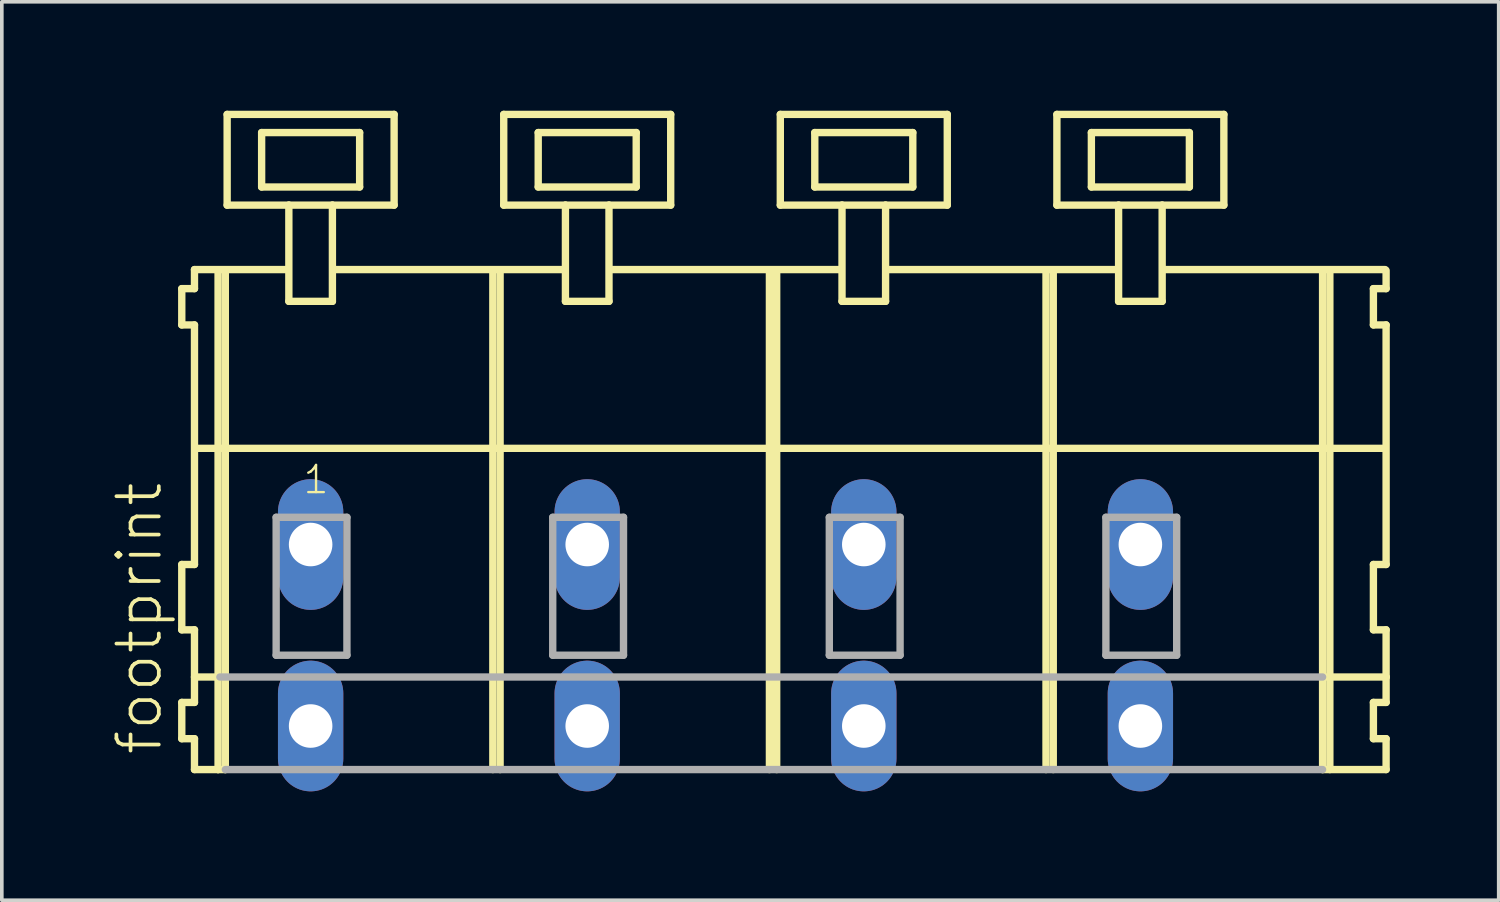
<source format=kicad_pcb>
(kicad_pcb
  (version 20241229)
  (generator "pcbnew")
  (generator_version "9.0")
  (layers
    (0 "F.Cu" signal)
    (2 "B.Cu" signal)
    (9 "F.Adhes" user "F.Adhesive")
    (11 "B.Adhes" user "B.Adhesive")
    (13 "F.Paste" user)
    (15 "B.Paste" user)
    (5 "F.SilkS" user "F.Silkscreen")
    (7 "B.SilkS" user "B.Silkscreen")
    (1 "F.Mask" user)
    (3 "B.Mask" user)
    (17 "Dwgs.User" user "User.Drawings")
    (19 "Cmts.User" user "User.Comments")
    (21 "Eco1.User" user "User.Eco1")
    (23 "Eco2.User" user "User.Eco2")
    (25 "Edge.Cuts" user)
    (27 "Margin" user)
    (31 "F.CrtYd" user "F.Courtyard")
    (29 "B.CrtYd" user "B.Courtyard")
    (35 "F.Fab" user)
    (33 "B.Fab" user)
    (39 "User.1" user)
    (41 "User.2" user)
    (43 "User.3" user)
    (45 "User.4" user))
  (footprint "footprint"
    (layer "F.Cu")
    (at 18.208 11.952)
    (property "Reference" "footprint" (at -16.735 5.855 90) (layer "F.SilkS") (effects (font (size 1.168 1.168) (thickness 0.102)) (justify left bottom)))
    (fp_line (start -16.25 -7.05) (end -16.25 -6.05) (stroke (width 0.203) (type solid)) (layer "F.SilkS"))
    (fp_line (start -16.25 -6.05) (end -15.9 -6.05) (stroke (width 0.203) (type solid)) (layer "F.SilkS"))
    (fp_line (start -16.25 0.55) (end -16.25 2.35) (stroke (width 0.203) (type solid)) (layer "F.SilkS"))
    (fp_line (start -16.25 2.35) (end -15.9 2.35) (stroke (width 0.203) (type solid)) (layer "F.SilkS"))
    (fp_line (start -16.25 4.35) (end -16.25 5.35) (stroke (width 0.203) (type solid)) (layer "F.SilkS"))
    (fp_line (start -16.25 5.35) (end -15.9 5.35) (stroke (width 0.203) (type solid)) (layer "F.SilkS"))
    (fp_line (start -15.9 -7.575) (end -15.9 -7.05) (stroke (width 0.203) (type solid)) (layer "F.SilkS"))
    (fp_line (start -15.9 -7.575) (end -13.325 -7.575) (stroke (width 0.203) (type solid)) (layer "F.SilkS"))
    (fp_line (start -15.9 -7.05) (end -16.25 -7.05) (stroke (width 0.203) (type solid)) (layer "F.SilkS"))
    (fp_line (start -15.9 -6.05) (end -15.9 0.55) (stroke (width 0.203) (type solid)) (layer "F.SilkS"))
    (fp_line (start -15.9 0.55) (end -16.25 0.55) (stroke (width 0.203) (type solid)) (layer "F.SilkS"))
    (fp_line (start -15.9 2.35) (end -15.9 4.35) (stroke (width 0.203) (type solid)) (layer "F.SilkS"))
    (fp_line (start -15.9 3.65) (end -15.2 3.65) (stroke (width 0.203) (type solid)) (layer "F.SilkS"))
    (fp_line (start -15.9 4.35) (end -16.25 4.35) (stroke (width 0.203) (type solid)) (layer "F.SilkS"))
    (fp_line (start -15.9 5.35) (end -15.9 6.2) (stroke (width 0.203) (type solid)) (layer "F.SilkS"))
    (fp_line (start -15.9 6.2) (end -15.25 6.2) (stroke (width 0.203) (type solid)) (layer "F.SilkS"))
    (fp_line (start -15.85 -2.65) (end 16.88 -2.65) (stroke (width 0.203) (type solid)) (layer "F.SilkS"))
    (fp_line (start -15.25 -7.55) (end -15.25 6.2) (stroke (width 0.203) (type solid)) (layer "F.SilkS"))
    (fp_line (start -15.25 6.2) (end -15.05 6.2) (stroke (width 0.203) (type solid)) (layer "F.SilkS"))
    (fp_line (start -15.05 -7.55) (end -15.05 6.2) (stroke (width 0.203) (type solid)) (layer "F.SilkS"))
    (fp_line (start -15 -11.85) (end -15 -9.35) (stroke (width 0.203) (type solid)) (layer "F.SilkS"))
    (fp_line (start -15 -9.35) (end -13.3 -9.35) (stroke (width 0.203) (type solid)) (layer "F.SilkS"))
    (fp_line (start -14.05 -11.35) (end -14.05 -9.85) (stroke (width 0.203) (type solid)) (layer "F.SilkS"))
    (fp_line (start -14.05 -9.85) (end -11.35 -9.85) (stroke (width 0.203) (type solid)) (layer "F.SilkS"))
    (fp_line (start -13.3 -9.35) (end -13.3 -6.7) (stroke (width 0.203) (type solid)) (layer "F.SilkS"))
    (fp_line (start -13.3 -9.35) (end -12.1 -9.35) (stroke (width 0.203) (type solid)) (layer "F.SilkS"))
    (fp_line (start -13.3 -6.7) (end -12.1 -6.7) (stroke (width 0.203) (type solid)) (layer "F.SilkS"))
    (fp_line (start -12.1 -9.35) (end -10.4 -9.35) (stroke (width 0.203) (type solid)) (layer "F.SilkS"))
    (fp_line (start -12.1 -6.7) (end -12.1 -9.35) (stroke (width 0.203) (type solid)) (layer "F.SilkS"))
    (fp_line (start -12.075 -7.575) (end -5.701 -7.575) (stroke (width 0.203) (type solid)) (layer "F.SilkS"))
    (fp_line (start -11.35 -11.35) (end -14.05 -11.35) (stroke (width 0.203) (type solid)) (layer "F.SilkS"))
    (fp_line (start -11.35 -9.85) (end -11.35 -11.35) (stroke (width 0.203) (type solid)) (layer "F.SilkS"))
    (fp_line (start -10.4 -11.85) (end -15 -11.85) (stroke (width 0.203) (type solid)) (layer "F.SilkS"))
    (fp_line (start -10.4 -9.35) (end -10.4 -11.85) (stroke (width 0.203) (type solid)) (layer "F.SilkS"))
    (fp_line (start -7.68 -7.55) (end -7.68 6.2) (stroke (width 0.203) (type solid)) (layer "F.SilkS"))
    (fp_line (start -7.48 -7.55) (end -7.48 6.2) (stroke (width 0.203) (type solid)) (layer "F.SilkS"))
    (fp_line (start -7.38 -11.85) (end -7.38 -9.35) (stroke (width 0.203) (type solid)) (layer "F.SilkS"))
    (fp_line (start -7.38 -9.35) (end -5.68 -9.35) (stroke (width 0.203) (type solid)) (layer "F.SilkS"))
    (fp_line (start -6.43 -11.35) (end -6.43 -9.85) (stroke (width 0.203) (type solid)) (layer "F.SilkS"))
    (fp_line (start -6.43 -9.85) (end -3.73 -9.85) (stroke (width 0.203) (type solid)) (layer "F.SilkS"))
    (fp_line (start -5.68 -9.35) (end -5.68 -6.7) (stroke (width 0.203) (type solid)) (layer "F.SilkS"))
    (fp_line (start -5.68 -9.35) (end -4.48 -9.35) (stroke (width 0.203) (type solid)) (layer "F.SilkS"))
    (fp_line (start -5.68 -6.7) (end -4.48 -6.7) (stroke (width 0.203) (type solid)) (layer "F.SilkS"))
    (fp_line (start -4.48 -9.35) (end -2.78 -9.35) (stroke (width 0.203) (type solid)) (layer "F.SilkS"))
    (fp_line (start -4.48 -6.7) (end -4.48 -9.35) (stroke (width 0.203) (type solid)) (layer "F.SilkS"))
    (fp_line (start -4.455 -7.575) (end 1.919 -7.575) (stroke (width 0.203) (type solid)) (layer "F.SilkS"))
    (fp_line (start -3.73 -11.35) (end -6.43 -11.35) (stroke (width 0.203) (type solid)) (layer "F.SilkS"))
    (fp_line (start -3.73 -9.85) (end -3.73 -11.35) (stroke (width 0.203) (type solid)) (layer "F.SilkS"))
    (fp_line (start -2.78 -11.85) (end -7.38 -11.85) (stroke (width 0.203) (type solid)) (layer "F.SilkS"))
    (fp_line (start -2.78 -9.35) (end -2.78 -11.85) (stroke (width 0.203) (type solid)) (layer "F.SilkS"))
    (fp_line (start -0.06 -7.55) (end -0.06 6.2) (stroke (width 0.203) (type solid)) (layer "F.SilkS"))
    (fp_line (start 0.14 -7.55) (end 0.14 6.2) (stroke (width 0.203) (type solid)) (layer "F.SilkS"))
    (fp_line (start 0.24 -11.85) (end 0.24 -9.35) (stroke (width 0.203) (type solid)) (layer "F.SilkS"))
    (fp_line (start 0.24 -9.35) (end 1.94 -9.35) (stroke (width 0.203) (type solid)) (layer "F.SilkS"))
    (fp_line (start 1.19 -11.35) (end 1.19 -9.85) (stroke (width 0.203) (type solid)) (layer "F.SilkS"))
    (fp_line (start 1.19 -9.85) (end 3.89 -9.85) (stroke (width 0.203) (type solid)) (layer "F.SilkS"))
    (fp_line (start 1.94 -9.35) (end 1.94 -6.7) (stroke (width 0.203) (type solid)) (layer "F.SilkS"))
    (fp_line (start 1.94 -9.35) (end 3.14 -9.35) (stroke (width 0.203) (type solid)) (layer "F.SilkS"))
    (fp_line (start 1.94 -6.7) (end 3.14 -6.7) (stroke (width 0.203) (type solid)) (layer "F.SilkS"))
    (fp_line (start 3.14 -9.35) (end 4.84 -9.35) (stroke (width 0.203) (type solid)) (layer "F.SilkS"))
    (fp_line (start 3.14 -6.7) (end 3.14 -9.35) (stroke (width 0.203) (type solid)) (layer "F.SilkS"))
    (fp_line (start 3.165 -7.575) (end 9.539 -7.575) (stroke (width 0.203) (type solid)) (layer "F.SilkS"))
    (fp_line (start 3.89 -11.35) (end 1.19 -11.35) (stroke (width 0.203) (type solid)) (layer "F.SilkS"))
    (fp_line (start 3.89 -9.85) (end 3.89 -11.35) (stroke (width 0.203) (type solid)) (layer "F.SilkS"))
    (fp_line (start 4.84 -11.85) (end 0.24 -11.85) (stroke (width 0.203) (type solid)) (layer "F.SilkS"))
    (fp_line (start 4.84 -9.35) (end 4.84 -11.85) (stroke (width 0.203) (type solid)) (layer "F.SilkS"))
    (fp_line (start 7.56 -7.55) (end 7.56 6.2) (stroke (width 0.203) (type solid)) (layer "F.SilkS"))
    (fp_line (start 7.76 -7.55) (end 7.76 6.2) (stroke (width 0.203) (type solid)) (layer "F.SilkS"))
    (fp_line (start 7.86 -11.85) (end 7.86 -9.35) (stroke (width 0.203) (type solid)) (layer "F.SilkS"))
    (fp_line (start 7.86 -9.35) (end 9.56 -9.35) (stroke (width 0.203) (type solid)) (layer "F.SilkS"))
    (fp_line (start 8.81 -11.35) (end 8.81 -9.85) (stroke (width 0.203) (type solid)) (layer "F.SilkS"))
    (fp_line (start 8.81 -9.85) (end 11.51 -9.85) (stroke (width 0.203) (type solid)) (layer "F.SilkS"))
    (fp_line (start 9.56 -9.35) (end 9.56 -6.7) (stroke (width 0.203) (type solid)) (layer "F.SilkS"))
    (fp_line (start 9.56 -9.35) (end 10.76 -9.35) (stroke (width 0.203) (type solid)) (layer "F.SilkS"))
    (fp_line (start 9.56 -6.7) (end 10.76 -6.7) (stroke (width 0.203) (type solid)) (layer "F.SilkS"))
    (fp_line (start 10.76 -9.35) (end 12.46 -9.35) (stroke (width 0.203) (type solid)) (layer "F.SilkS"))
    (fp_line (start 10.76 -6.7) (end 10.76 -9.35) (stroke (width 0.203) (type solid)) (layer "F.SilkS"))
    (fp_line (start 10.785 -7.575) (end 16.905 -7.575) (stroke (width 0.203) (type solid)) (layer "F.SilkS"))
    (fp_line (start 11.51 -11.35) (end 8.81 -11.35) (stroke (width 0.203) (type solid)) (layer "F.SilkS"))
    (fp_line (start 11.51 -9.85) (end 11.51 -11.35) (stroke (width 0.203) (type solid)) (layer "F.SilkS"))
    (fp_line (start 12.46 -11.85) (end 7.86 -11.85) (stroke (width 0.203) (type solid)) (layer "F.SilkS"))
    (fp_line (start 12.46 -9.35) (end 12.46 -11.85) (stroke (width 0.203) (type solid)) (layer "F.SilkS"))
    (fp_line (start 15.18 -7.55) (end 15.18 6.2) (stroke (width 0.203) (type solid)) (layer "F.SilkS"))
    (fp_line (start 15.18 6.2) (end 16.93 6.2) (stroke (width 0.203) (type solid)) (layer "F.SilkS"))
    (fp_line (start 15.23 3.65) (end 16.93 3.65) (stroke (width 0.203) (type solid)) (layer "F.SilkS"))
    (fp_line (start 15.38 -7.55) (end 15.38 6.2) (stroke (width 0.203) (type solid)) (layer "F.SilkS"))
    (fp_line (start 16.58 -7.05) (end 16.58 -6.05) (stroke (width 0.203) (type solid)) (layer "F.SilkS"))
    (fp_line (start 16.58 -6.05) (end 16.93 -6.05) (stroke (width 0.203) (type solid)) (layer "F.SilkS"))
    (fp_line (start 16.58 0.55) (end 16.58 2.35) (stroke (width 0.203) (type solid)) (layer "F.SilkS"))
    (fp_line (start 16.58 2.35) (end 16.93 2.35) (stroke (width 0.203) (type solid)) (layer "F.SilkS"))
    (fp_line (start 16.58 4.35) (end 16.58 5.35) (stroke (width 0.203) (type solid)) (layer "F.SilkS"))
    (fp_line (start 16.58 5.35) (end 16.93 5.35) (stroke (width 0.203) (type solid)) (layer "F.SilkS"))
    (fp_line (start 16.93 -7.05) (end 16.58 -7.05) (stroke (width 0.203) (type solid)) (layer "F.SilkS"))
    (fp_line (start 16.93 -7.05) (end 16.93 -7.55) (stroke (width 0.203) (type solid)) (layer "F.SilkS"))
    (fp_line (start 16.93 0.55) (end 16.58 0.55) (stroke (width 0.203) (type solid)) (layer "F.SilkS"))
    (fp_line (start 16.93 0.55) (end 16.93 -6.05) (stroke (width 0.203) (type solid)) (layer "F.SilkS"))
    (fp_line (start 16.93 3.65) (end 16.93 2.35) (stroke (width 0.203) (type solid)) (layer "F.SilkS"))
    (fp_line (start 16.93 4.35) (end 16.58 4.35) (stroke (width 0.203) (type solid)) (layer "F.SilkS"))
    (fp_line (start 16.93 4.35) (end 16.93 3.65) (stroke (width 0.203) (type solid)) (layer "F.SilkS"))
    (fp_line (start 16.93 6.2) (end 16.93 5.35) (stroke (width 0.203) (type solid)) (layer "F.SilkS"))
    (fp_line (start -15.2 3.65) (end 15.18 3.65) (stroke (width 0.203) (type solid)) (layer "F.Fab"))
    (fp_line (start -15.05 6.2) (end 15.18 6.2) (stroke (width 0.203) (type solid)) (layer "F.Fab"))
    (fp_line (start -13.65 -0.75) (end -13.65 3.05) (stroke (width 0.203) (type solid)) (layer "F.Fab"))
    (fp_line (start -13.65 3.05) (end -11.7 3.05) (stroke (width 0.203) (type solid)) (layer "F.Fab"))
    (fp_line (start -11.7 -0.75) (end -13.65 -0.75) (stroke (width 0.203) (type solid)) (layer "F.Fab"))
    (fp_line (start -11.7 3.05) (end -11.7 -0.75) (stroke (width 0.203) (type solid)) (layer "F.Fab"))
    (fp_line (start -6.03 -0.75) (end -6.03 3.05) (stroke (width 0.203) (type solid)) (layer "F.Fab"))
    (fp_line (start -6.03 3.05) (end -4.08 3.05) (stroke (width 0.203) (type solid)) (layer "F.Fab"))
    (fp_line (start -4.08 -0.75) (end -6.03 -0.75) (stroke (width 0.203) (type solid)) (layer "F.Fab"))
    (fp_line (start -4.08 3.05) (end -4.08 -0.75) (stroke (width 0.203) (type solid)) (layer "F.Fab"))
    (fp_line (start 1.59 -0.75) (end 1.59 3.05) (stroke (width 0.203) (type solid)) (layer "F.Fab"))
    (fp_line (start 1.59 3.05) (end 3.54 3.05) (stroke (width 0.203) (type solid)) (layer "F.Fab"))
    (fp_line (start 3.54 -0.75) (end 1.59 -0.75) (stroke (width 0.203) (type solid)) (layer "F.Fab"))
    (fp_line (start 3.54 3.05) (end 3.54 -0.75) (stroke (width 0.203) (type solid)) (layer "F.Fab"))
    (fp_line (start 9.21 -0.75) (end 9.21 3.05) (stroke (width 0.203) (type solid)) (layer "F.Fab"))
    (fp_line (start 9.21 3.05) (end 11.16 3.05) (stroke (width 0.203) (type solid)) (layer "F.Fab"))
    (fp_line (start 11.16 -0.75) (end 9.21 -0.75) (stroke (width 0.203) (type solid)) (layer "F.Fab"))
    (fp_line (start 11.16 3.05) (end 11.16 -0.75) (stroke (width 0.203) (type solid)) (layer "F.Fab"))
    (fp_text user "1" (at -12.95 -1.35 0) (layer "F.SilkS") (effects (font (size 0.748 0.748) (thickness 0.065)) (justify left bottom)))
    (pad "A1" thru_hole oval (at -12.7 0 90) (size 3.6 1.8) (drill 1.2) (layers "*.Cu" "*.Mask"))
    (pad "A2" thru_hole oval (at -5.08 0 90) (size 3.6 1.8) (drill 1.2) (layers "*.Cu" "*.Mask"))
    (pad "A3" thru_hole oval (at 2.54 0 90) (size 3.6 1.8) (drill 1.2) (layers "*.Cu" "*.Mask"))
    (pad "A4" thru_hole oval (at 10.16 0 90) (size 3.6 1.8) (drill 1.2) (layers "*.Cu" "*.Mask"))
    (pad "B1" thru_hole oval (at -12.7 5 90) (size 3.6 1.8) (drill 1.2) (layers "*.Cu" "*.Mask"))
    (pad "B2" thru_hole oval (at -5.08 5 90) (size 3.6 1.8) (drill 1.2) (layers "*.Cu" "*.Mask"))
    (pad "B3" thru_hole oval (at 2.54 5 90) (size 3.6 1.8) (drill 1.2) (layers "*.Cu" "*.Mask"))
    (pad "B4" thru_hole oval (at 10.16 5 90) (size 3.6 1.8) (drill 1.2) (layers "*.Cu" "*.Mask")))
  (gr_rect
    (start -3 -3)
    (end 38.24 21.752)
    (stroke (width 0.1) (type default))
    (fill no)
    (layer "Edge.Cuts")))
</source>
